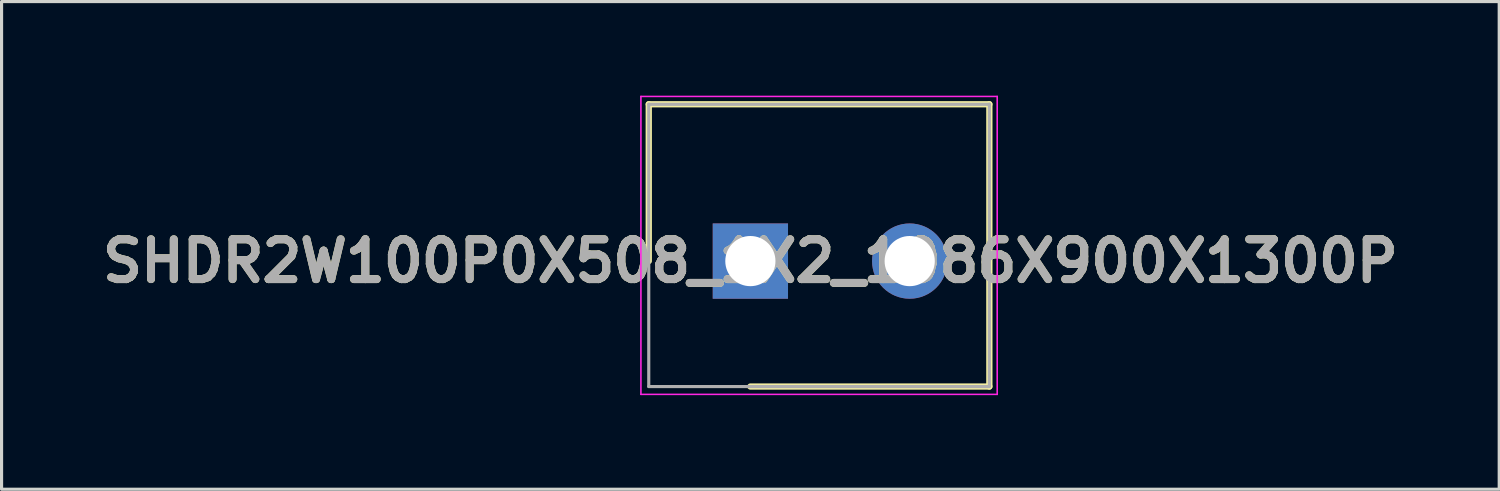
<source format=kicad_pcb>
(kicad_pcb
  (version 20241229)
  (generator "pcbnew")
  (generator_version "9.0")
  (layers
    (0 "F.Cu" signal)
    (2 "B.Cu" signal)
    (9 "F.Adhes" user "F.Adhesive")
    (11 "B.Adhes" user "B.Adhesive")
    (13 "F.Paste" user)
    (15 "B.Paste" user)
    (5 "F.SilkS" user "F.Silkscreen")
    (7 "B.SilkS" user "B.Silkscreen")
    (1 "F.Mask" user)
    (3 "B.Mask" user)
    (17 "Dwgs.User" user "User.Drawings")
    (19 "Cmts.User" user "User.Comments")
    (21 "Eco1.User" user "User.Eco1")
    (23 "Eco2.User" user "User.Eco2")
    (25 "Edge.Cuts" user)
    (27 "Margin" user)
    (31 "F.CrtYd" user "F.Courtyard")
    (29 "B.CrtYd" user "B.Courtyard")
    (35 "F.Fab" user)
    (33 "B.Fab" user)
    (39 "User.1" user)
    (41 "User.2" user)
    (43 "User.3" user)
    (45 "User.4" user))
  (footprint "SHDR2W100P0X508_1X2_1086X900X1300P"
    (layer "F.Cu")
    (at 20.876 5.275)
    (property "Reference" "SHDR2W100P0X508_1X2_1086X900X1300P" (at 0 0 0) (layer "F.SilkS") (effects (font (size 1.27 1.27) (thickness 0.254))))
    (attr through_hole)
    (fp_line (start -3.24 -5) (end -3.24 0) (stroke (width 0.2) (type solid)) (layer "F.SilkS"))
    (fp_line (start 0 4) (end 7.62 4) (stroke (width 0.2) (type solid)) (layer "F.SilkS"))
    (fp_line (start 7.62 -5) (end -3.24 -5) (stroke (width 0.2) (type solid)) (layer "F.SilkS"))
    (fp_line (start 7.62 4) (end 7.62 -5) (stroke (width 0.2) (type solid)) (layer "F.SilkS"))
    (fp_line (start -3.49 -5.25) (end 7.87 -5.25) (stroke (width 0.05) (type solid)) (layer "F.CrtYd"))
    (fp_line (start -3.49 4.25) (end -3.49 -5.25) (stroke (width 0.05) (type solid)) (layer "F.CrtYd"))
    (fp_line (start 7.87 -5.25) (end 7.87 4.25) (stroke (width 0.05) (type solid)) (layer "F.CrtYd"))
    (fp_line (start 7.87 4.25) (end -3.49 4.25) (stroke (width 0.05) (type solid)) (layer "F.CrtYd"))
    (fp_line (start -3.24 -5) (end 7.62 -5) (stroke (width 0.1) (type solid)) (layer "F.Fab"))
    (fp_line (start -3.24 4) (end -3.24 -5) (stroke (width 0.1) (type solid)) (layer "F.Fab"))
    (fp_line (start 7.62 -5) (end 7.62 4) (stroke (width 0.1) (type solid)) (layer "F.Fab"))
    (fp_line (start 7.62 4) (end -3.24 4) (stroke (width 0.1) (type solid)) (layer "F.Fab"))
    (fp_text user "${REFERENCE}" (at 0 0 0) (layer "F.Fab") (effects (font (size 1.27 1.27) (thickness 0.254))))
    (pad "1" thru_hole rect (at 0 0) (size 2.4 2.4) (drill 1.6) (layers "*.Cu" "*.Mask"))
    (pad "2" thru_hole circle (at 5.08 0) (size 2.4 2.4) (drill 1.6) (layers "*.Cu" "*.Mask")))
  (gr_rect
    (start -3 -3)
    (end 44.753 12.55)
    (stroke (width 0.1) (type default))
    (fill no)
    (layer "Edge.Cuts")))
</source>
